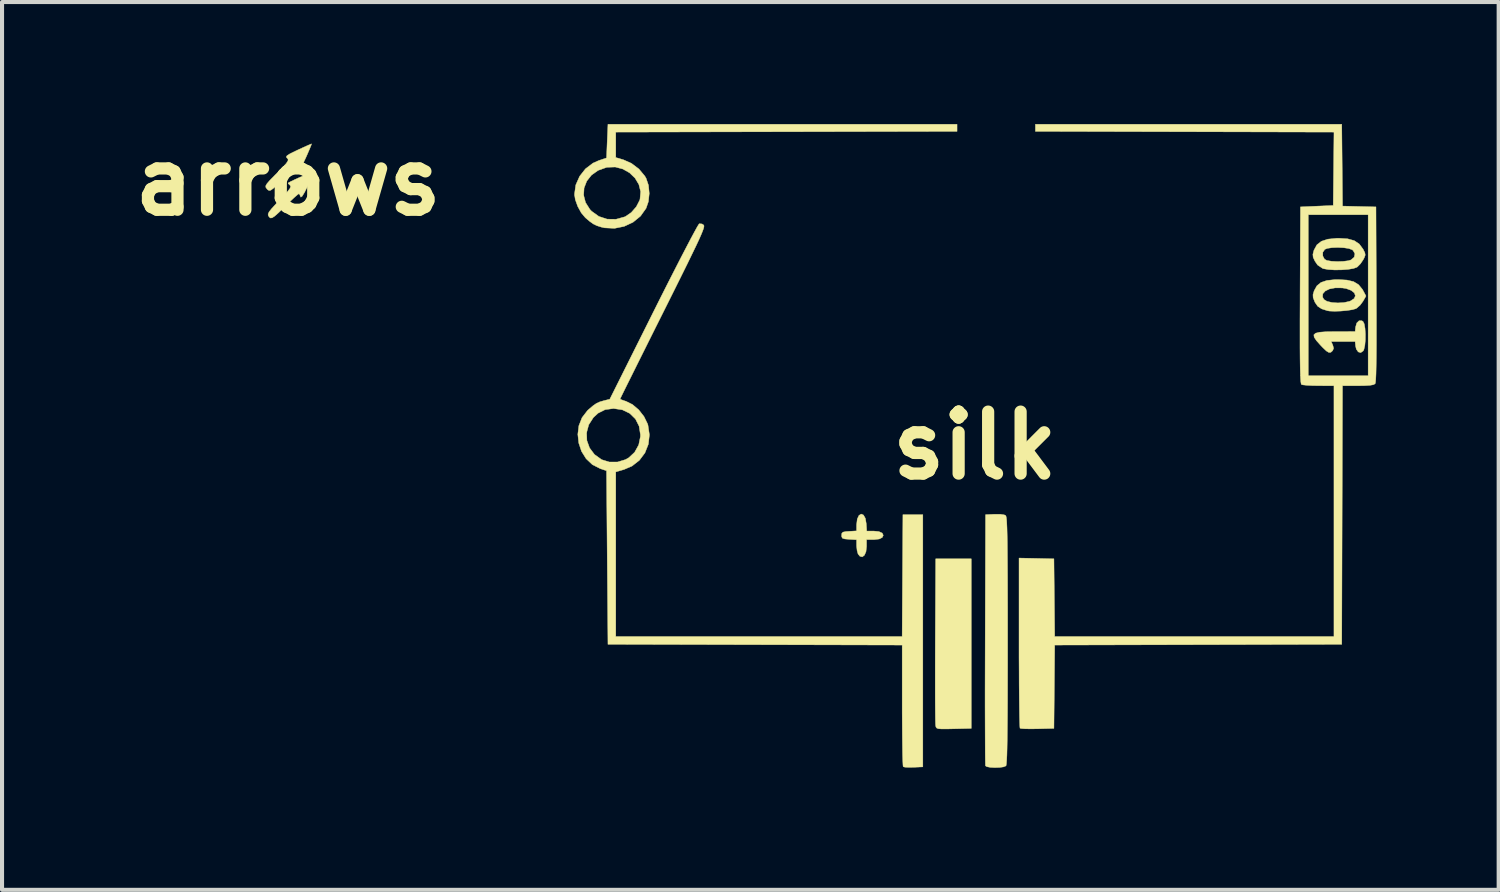
<source format=kicad_pcb>
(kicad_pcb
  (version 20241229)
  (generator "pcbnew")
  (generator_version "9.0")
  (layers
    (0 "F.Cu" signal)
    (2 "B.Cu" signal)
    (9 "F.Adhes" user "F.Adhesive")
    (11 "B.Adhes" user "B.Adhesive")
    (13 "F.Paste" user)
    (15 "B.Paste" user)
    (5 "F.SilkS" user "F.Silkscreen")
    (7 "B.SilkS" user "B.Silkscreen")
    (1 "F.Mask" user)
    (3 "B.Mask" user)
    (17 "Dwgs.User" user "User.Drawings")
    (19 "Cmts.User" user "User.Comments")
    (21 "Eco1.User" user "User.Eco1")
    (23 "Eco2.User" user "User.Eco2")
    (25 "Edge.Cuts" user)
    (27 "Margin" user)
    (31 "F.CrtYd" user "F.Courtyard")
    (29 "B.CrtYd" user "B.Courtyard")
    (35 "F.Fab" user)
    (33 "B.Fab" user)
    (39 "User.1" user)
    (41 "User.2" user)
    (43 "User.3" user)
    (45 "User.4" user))
  (footprint "silk"
    (layer "F.Cu")
    (at 20.919 7.905)
    (property "Reference" "silk" (at 0 0 0) (layer "F.SilkS") (effects (font (size 1.524 1.524) (thickness 0.3))))
    (attr through_hole)
    (fp_poly (pts (xy -0.088 6.954) (xy -0.516 6.964) (xy -0.695 6.968) (xy -0.816 6.968) (xy -0.892 6.962) (xy -0.933 6.949) (xy -0.954 6.926) (xy -0.963 6.894) (xy -0.967 6.845) (xy -0.97 6.733) (xy -0.972 6.563) (xy -0.974 6.343) (xy -0.975 6.079) (xy -0.975 5.777) (xy -0.975 5.445) (xy -0.974 5.088) (xy -0.973 4.8) (xy -0.963 2.785) (xy -0.088 2.785) (xy -0.088 6.954)) (stroke (width 0.01) (type solid)) (fill yes) (layer "F.SilkS"))
    (fp_poly (pts (xy 9.516 -3.068) (xy 9.544 -3.05) (xy 9.574 -2.99) (xy 9.593 -2.881) (xy 9.602 -2.744) (xy 9.601 -2.598) (xy 9.589 -2.464) (xy 9.566 -2.363) (xy 9.549 -2.328) (xy 9.488 -2.285) (xy 9.427 -2.302) (xy 9.379 -2.37) (xy 9.361 -2.447) (xy 9.35 -2.558) (xy 8.76 -2.558) (xy 8.8 -2.471) (xy 8.821 -2.391) (xy 8.795 -2.331) (xy 8.751 -2.292) (xy 8.704 -2.289) (xy 8.642 -2.326) (xy 8.554 -2.41) (xy 8.496 -2.471) (xy 8.398 -2.581) (xy 8.343 -2.664) (xy 8.335 -2.723) (xy 8.378 -2.763) (xy 8.477 -2.787) (xy 8.636 -2.799) (xy 8.86 -2.802) (xy 8.888 -2.802) (xy 9.35 -2.803) (xy 9.361 -2.913) (xy 9.39 -3.014) (xy 9.447 -3.069) (xy 9.516 -3.068)) (stroke (width 0.01) (type solid)) (fill yes) (layer "F.SilkS"))
    (fp_poly (pts (xy -2.738 1.708) (xy -2.692 1.791) (xy -2.67 1.922) (xy -2.659 2.102) (xy -2.49 2.102) (xy -2.359 2.115) (xy -2.277 2.152) (xy -2.252 2.207) (xy -2.277 2.26) (xy -2.349 2.297) (xy -2.476 2.312) (xy -2.492 2.312) (xy -2.663 2.312) (xy -2.663 2.48) (xy -2.677 2.608) (xy -2.715 2.696) (xy -2.768 2.737) (xy -2.826 2.722) (xy -2.872 2.665) (xy -2.895 2.586) (xy -2.907 2.478) (xy -2.908 2.457) (xy -2.908 2.316) (xy -3.092 2.305) (xy -3.199 2.296) (xy -3.254 2.279) (xy -3.274 2.244) (xy -3.276 2.207) (xy -3.27 2.156) (xy -3.24 2.128) (xy -3.169 2.114) (xy -3.092 2.109) (xy -2.908 2.098) (xy -2.908 1.949) (xy -2.891 1.806) (xy -2.849 1.717) (xy -2.794 1.684) (xy -2.738 1.708)) (stroke (width 0.01) (type solid)) (fill yes) (layer "F.SilkS"))
    (fp_poly (pts (xy 0.624 1.689) (xy 0.723 1.704) (xy 0.756 1.719) (xy 0.765 1.735) (xy 0.773 1.769) (xy 0.78 1.826) (xy 0.785 1.91) (xy 0.79 2.026) (xy 0.794 2.176) (xy 0.798 2.365) (xy 0.8 2.599) (xy 0.802 2.879) (xy 0.804 3.212) (xy 0.805 3.6) (xy 0.806 4.049) (xy 0.806 4.561) (xy 0.806 4.797) (xy 0.806 5.359) (xy 0.805 5.854) (xy 0.804 6.286) (xy 0.802 6.658) (xy 0.799 6.973) (xy 0.796 7.235) (xy 0.792 7.447) (xy 0.788 7.613) (xy 0.782 7.735) (xy 0.776 7.818) (xy 0.769 7.864) (xy 0.764 7.876) (xy 0.707 7.9) (xy 0.609 7.914) (xy 0.493 7.918) (xy 0.381 7.912) (xy 0.296 7.896) (xy 0.261 7.874) (xy 0.259 7.833) (xy 0.257 7.727) (xy 0.255 7.562) (xy 0.254 7.341) (xy 0.253 7.071) (xy 0.252 6.757) (xy 0.251 6.403) (xy 0.251 6.015) (xy 0.252 5.597) (xy 0.253 5.156) (xy 0.254 4.765) (xy 0.263 1.699) (xy 0.485 1.689) (xy 0.624 1.689)) (stroke (width 0.01) (type solid)) (fill yes) (layer "F.SilkS"))
    (fp_poly (pts (xy 9.15 -4.069) (xy 9.313 -4.03) (xy 9.434 -3.956) (xy 9.526 -3.844) (xy 9.547 -3.808) (xy 9.617 -3.677) (xy 9.543 -3.547) (xy 9.471 -3.45) (xy 9.386 -3.377) (xy 9.367 -3.366) (xy 9.282 -3.341) (xy 9.151 -3.321) (xy 8.998 -3.307) (xy 8.847 -3.302) (xy 8.722 -3.307) (xy 8.671 -3.315) (xy 8.526 -3.362) (xy 8.43 -3.425) (xy 8.365 -3.518) (xy 8.355 -3.54) (xy 8.318 -3.637) (xy 8.317 -3.652) (xy 8.549 -3.652) (xy 8.583 -3.591) (xy 8.658 -3.546) (xy 8.78 -3.517) (xy 8.926 -3.507) (xy 9.077 -3.516) (xy 9.209 -3.545) (xy 9.233 -3.554) (xy 9.326 -3.614) (xy 9.356 -3.684) (xy 9.33 -3.754) (xy 9.252 -3.816) (xy 9.129 -3.861) (xy 9.034 -3.876) (xy 8.863 -3.878) (xy 8.72 -3.851) (xy 8.615 -3.8) (xy 8.555 -3.732) (xy 8.549 -3.652) (xy 8.317 -3.652) (xy 8.314 -3.711) (xy 8.341 -3.802) (xy 8.343 -3.808) (xy 8.41 -3.928) (xy 8.51 -4.01) (xy 8.654 -4.059) (xy 8.851 -4.08) (xy 8.934 -4.081) (xy 9.15 -4.069)) (stroke (width 0.01) (type solid)) (fill yes) (layer "F.SilkS"))
    (fp_poly (pts (xy 9.167 -5.083) (xy 9.329 -5.038) (xy 9.451 -4.956) (xy 9.543 -4.832) (xy 9.547 -4.825) (xy 9.589 -4.741) (xy 9.598 -4.684) (xy 9.574 -4.618) (xy 9.548 -4.569) (xy 9.482 -4.471) (xy 9.407 -4.395) (xy 9.394 -4.385) (xy 9.309 -4.354) (xy 9.175 -4.332) (xy 9.013 -4.32) (xy 8.844 -4.318) (xy 8.69 -4.328) (xy 8.571 -4.349) (xy 8.551 -4.356) (xy 8.427 -4.439) (xy 8.361 -4.536) (xy 8.318 -4.628) (xy 8.315 -4.662) (xy 8.554 -4.662) (xy 8.596 -4.584) (xy 8.654 -4.551) (xy 8.77 -4.531) (xy 8.915 -4.524) (xy 9.062 -4.529) (xy 9.186 -4.545) (xy 9.249 -4.565) (xy 9.327 -4.632) (xy 9.345 -4.715) (xy 9.301 -4.795) (xy 9.278 -4.814) (xy 9.196 -4.845) (xy 9.071 -4.864) (xy 8.924 -4.871) (xy 8.781 -4.866) (xy 8.664 -4.848) (xy 8.605 -4.824) (xy 8.555 -4.752) (xy 8.554 -4.662) (xy 8.315 -4.662) (xy 8.311 -4.701) (xy 8.334 -4.791) (xy 8.341 -4.81) (xy 8.41 -4.936) (xy 8.521 -5.023) (xy 8.679 -5.075) (xy 8.894 -5.096) (xy 8.951 -5.097) (xy 9.167 -5.083)) (stroke (width 0.01) (type solid)) (fill yes) (layer "F.SilkS"))
    (fp_poly (pts (xy -0.438 -7.725) (xy -4.633 -7.716) (xy -8.829 -7.707) (xy -8.829 -7.082) (xy -8.644 -7.028) (xy -8.444 -6.939) (xy -8.26 -6.8) (xy -8.117 -6.629) (xy -8.084 -6.574) (xy -8.025 -6.401) (xy -8.006 -6.199) (xy -8.027 -5.998) (xy -8.084 -5.833) (xy -8.222 -5.64) (xy -8.406 -5.49) (xy -8.623 -5.389) (xy -8.859 -5.341) (xy -9.102 -5.353) (xy -9.186 -5.372) (xy -9.295 -5.407) (xy -9.381 -5.449) (xy -9.47 -5.512) (xy -9.578 -5.604) (xy -9.678 -5.723) (xy -9.764 -5.88) (xy -9.824 -6.046) (xy -9.841 -6.155) (xy -9.619 -6.155) (xy -9.572 -5.975) (xy -9.465 -5.806) (xy -9.423 -5.762) (xy -9.245 -5.634) (xy -9.041 -5.567) (xy -8.824 -5.564) (xy -8.605 -5.625) (xy -8.592 -5.631) (xy -8.448 -5.73) (xy -8.324 -5.872) (xy -8.241 -6.033) (xy -8.233 -6.061) (xy -8.217 -6.244) (xy -8.261 -6.419) (xy -8.355 -6.576) (xy -8.49 -6.706) (xy -8.656 -6.8) (xy -8.842 -6.849) (xy -9.04 -6.842) (xy -9.058 -6.839) (xy -9.264 -6.765) (xy -9.426 -6.65) (xy -9.542 -6.503) (xy -9.608 -6.334) (xy -9.619 -6.155) (xy -9.841 -6.155) (xy -9.844 -6.18) (xy -9.812 -6.408) (xy -9.718 -6.62) (xy -9.575 -6.803) (xy -9.39 -6.944) (xy -9.249 -7.007) (xy -9.056 -7.072) (xy -9.039 -7.486) (xy -9.021 -7.9) (xy -0.438 -7.9) (xy -0.438 -7.725)) (stroke (width 0.01) (type solid)) (fill yes) (layer "F.SilkS"))
    (fp_poly (pts (xy 9.031 -6.894) (xy 9.04 -5.888) (xy 9.451 -5.878) (xy 9.862 -5.868) (xy 9.871 -3.718) (xy 9.873 -3.235) (xy 9.873 -2.819) (xy 9.873 -2.467) (xy 9.871 -2.176) (xy 9.867 -1.942) (xy 9.863 -1.762) (xy 9.857 -1.634) (xy 9.85 -1.554) (xy 9.841 -1.52) (xy 9.841 -1.519) (xy 9.798 -1.496) (xy 9.712 -1.481) (xy 9.571 -1.473) (xy 9.42 -1.471) (xy 9.039 -1.471) (xy 9.03 1.708) (xy 9.021 4.887) (xy 1.963 4.905) (xy 1.954 5.93) (xy 1.944 6.954) (xy 1.54 6.964) (xy 1.378 6.966) (xy 1.242 6.964) (xy 1.148 6.958) (xy 1.11 6.95) (xy 1.106 6.911) (xy 1.102 6.809) (xy 1.098 6.649) (xy 1.095 6.437) (xy 1.092 6.18) (xy 1.089 5.884) (xy 1.088 5.555) (xy 1.086 5.199) (xy 1.086 4.845) (xy 1.086 2.766) (xy 1.515 2.775) (xy 1.944 2.785) (xy 1.954 3.74) (xy 1.963 4.695) (xy 8.829 4.695) (xy 8.829 -1.471) (xy 8.452 -1.472) (xy 8.293 -1.475) (xy 8.159 -1.482) (xy 8.065 -1.492) (xy 8.031 -1.5) (xy 8.022 -1.52) (xy 8.014 -1.569) (xy 8.008 -1.651) (xy 8.003 -1.771) (xy 7.999 -1.933) (xy 7.996 -2.142) (xy 7.994 -2.402) (xy 7.994 -2.717) (xy 7.994 -3.092) (xy 7.996 -3.531) (xy 7.996 -3.698) (xy 8.005 -5.676) (xy 8.198 -5.676) (xy 8.198 -1.717) (xy 9.67 -1.717) (xy 9.67 -5.676) (xy 8.198 -5.676) (xy 8.005 -5.676) (xy 8.005 -5.868) (xy 8.408 -5.886) (xy 8.811 -5.903) (xy 8.821 -6.805) (xy 8.83 -7.707) (xy 1.489 -7.725) (xy 1.489 -7.9) (xy 9.021 -7.9) (xy 9.031 -6.894)) (stroke (width 0.01) (type solid)) (fill yes) (layer "F.SilkS"))
    (fp_poly (pts (xy -6.709 -5.449) (xy -6.669 -5.423) (xy -6.661 -5.407) (xy -6.661 -5.379) (xy -6.672 -5.335) (xy -6.695 -5.271) (xy -6.732 -5.181) (xy -6.785 -5.061) (xy -6.857 -4.908) (xy -6.95 -4.716) (xy -7.064 -4.481) (xy -7.203 -4.2) (xy -7.369 -3.866) (xy -7.563 -3.477) (xy -7.67 -3.263) (xy -7.849 -2.906) (xy -8.018 -2.567) (xy -8.175 -2.252) (xy -8.317 -1.967) (xy -8.442 -1.715) (xy -8.548 -1.503) (xy -8.631 -1.335) (xy -8.689 -1.217) (xy -8.719 -1.154) (xy -8.724 -1.144) (xy -8.693 -1.128) (xy -8.618 -1.101) (xy -8.579 -1.089) (xy -8.418 -1.009) (xy -8.265 -0.879) (xy -8.136 -0.715) (xy -8.048 -0.535) (xy -8.038 -0.506) (xy -8.002 -0.265) (xy -8.028 -0.033) (xy -8.112 0.18) (xy -8.249 0.363) (xy -8.431 0.505) (xy -8.625 0.588) (xy -8.829 0.648) (xy -8.829 2.671) (xy -8.829 4.695) (xy -1.788 4.695) (xy -1.769 1.699) (xy -1.279 1.699) (xy -1.279 7.9) (xy -1.508 7.91) (xy -1.629 7.912) (xy -1.721 7.907) (xy -1.762 7.896) (xy -1.767 7.857) (xy -1.772 7.755) (xy -1.777 7.597) (xy -1.78 7.392) (xy -1.783 7.146) (xy -1.785 6.867) (xy -1.787 6.563) (xy -1.787 6.388) (xy -1.787 4.905) (xy -5.404 4.896) (xy -9.021 4.887) (xy -9.039 2.753) (xy -9.056 0.619) (xy -9.211 0.567) (xy -9.404 0.469) (xy -9.558 0.323) (xy -9.671 0.142) (xy -9.739 -0.062) (xy -9.762 -0.277) (xy -9.757 -0.318) (xy -9.546 -0.318) (xy -9.539 -0.124) (xy -9.473 0.059) (xy -9.353 0.219) (xy -9.179 0.344) (xy -9.174 0.347) (xy -8.987 0.405) (xy -8.785 0.404) (xy -8.59 0.345) (xy -8.51 0.3) (xy -8.364 0.163) (xy -8.265 -0.016) (xy -8.223 -0.22) (xy -8.222 -0.264) (xy -8.255 -0.476) (xy -8.345 -0.654) (xy -8.485 -0.791) (xy -8.667 -0.879) (xy -8.882 -0.911) (xy -8.885 -0.911) (xy -9.091 -0.883) (xy -9.263 -0.797) (xy -9.38 -0.689) (xy -9.494 -0.511) (xy -9.546 -0.318) (xy -9.757 -0.318) (xy -9.736 -0.489) (xy -9.658 -0.687) (xy -9.526 -0.859) (xy -9.506 -0.878) (xy -9.393 -0.975) (xy -9.306 -1.036) (xy -9.221 -1.075) (xy -9.128 -1.102) (xy -8.976 -1.14) (xy -7.903 -3.287) (xy -7.722 -3.648) (xy -7.549 -3.991) (xy -7.386 -4.31) (xy -7.237 -4.601) (xy -7.104 -4.857) (xy -6.99 -5.075) (xy -6.897 -5.248) (xy -6.829 -5.372) (xy -6.787 -5.441) (xy -6.776 -5.454) (xy -6.709 -5.449)) (stroke (width 0.01) (type solid)) (fill yes) (layer "F.SilkS")))
  (footprint "arrows"
    (layer "F.Cu")
    (at 4.035 1.418)
    (property "Reference" "arrows" (at 0 0 0) (layer "F.SilkS") (effects (font (size 1.524 1.524) (thickness 0.3))))
    (attr through_hole)
    (fp_poly (pts (xy 0.611 -0.198) (xy 0.571 -0.098) (xy 0.51 0.042) (xy 0.479 0.11) (xy 0.401 0.265) (xy 0.344 0.357) (xy 0.311 0.38) (xy 0.306 0.37) (xy 0.28 0.308) (xy 0.262 0.296) (xy 0.223 0.324) (xy 0.137 0.4) (xy 0.019 0.512) (xy -0.087 0.616) (xy -0.232 0.758) (xy -0.33 0.845) (xy -0.394 0.887) (xy -0.436 0.892) (xy -0.464 0.87) (xy -0.489 0.833) (xy -0.493 0.794) (xy -0.468 0.74) (xy -0.406 0.662) (xy -0.299 0.545) (xy -0.151 0.39) (xy -0.027 0.257) (xy 0.042 0.17) (xy 0.063 0.116) (xy 0.044 0.086) (xy 0.044 0.086) (xy 0.000223 0.045) (xy 0.001 0.03) (xy 0.056 -0.001) (xy 0.159 -0.051) (xy 0.289 -0.11) (xy 0.422 -0.167) (xy 0.536 -0.214) (xy 0.607 -0.239) (xy 0.621 -0.24) (xy 0.611 -0.198)) (stroke (width 0.01) (type solid)) (fill yes) (layer "F.SilkS"))
    (fp_poly (pts (xy 0.564 -0.896) (xy 0.525 -0.8) (xy 0.466 -0.663) (xy 0.434 -0.591) (xy 0.357 -0.428) (xy 0.304 -0.335) (xy 0.268 -0.302) (xy 0.242 -0.32) (xy 0.241 -0.321) (xy 0.215 -0.343) (xy 0.172 -0.332) (xy 0.1 -0.28) (xy -0.01 -0.178) (xy -0.124 -0.067) (xy -0.268 0.075) (xy -0.365 0.164) (xy -0.428 0.209) (xy -0.47 0.217) (xy -0.504 0.196) (xy -0.52 0.179) (xy -0.548 0.141) (xy -0.551 0.101) (xy -0.52 0.046) (xy -0.448 -0.037) (xy -0.326 -0.161) (xy -0.273 -0.214) (xy -0.132 -0.356) (xy -0.045 -0.453) (xy -0.005 -0.515) (xy -0.002 -0.554) (xy -0.024 -0.579) (xy -0.047 -0.608) (xy -0.027 -0.642) (xy 0.047 -0.689) (xy 0.186 -0.757) (xy 0.235 -0.78) (xy 0.384 -0.849) (xy 0.501 -0.901) (xy 0.567 -0.929) (xy 0.574 -0.931) (xy 0.564 -0.896)) (stroke (width 0.01) (type solid)) (fill yes) (layer "F.SilkS")))
  (gr_rect
    (start -3 -3)
    (end 33.798 18.828)
    (stroke (width 0.1) (type default))
    (fill no)
    (layer "Edge.Cuts")))
</source>
